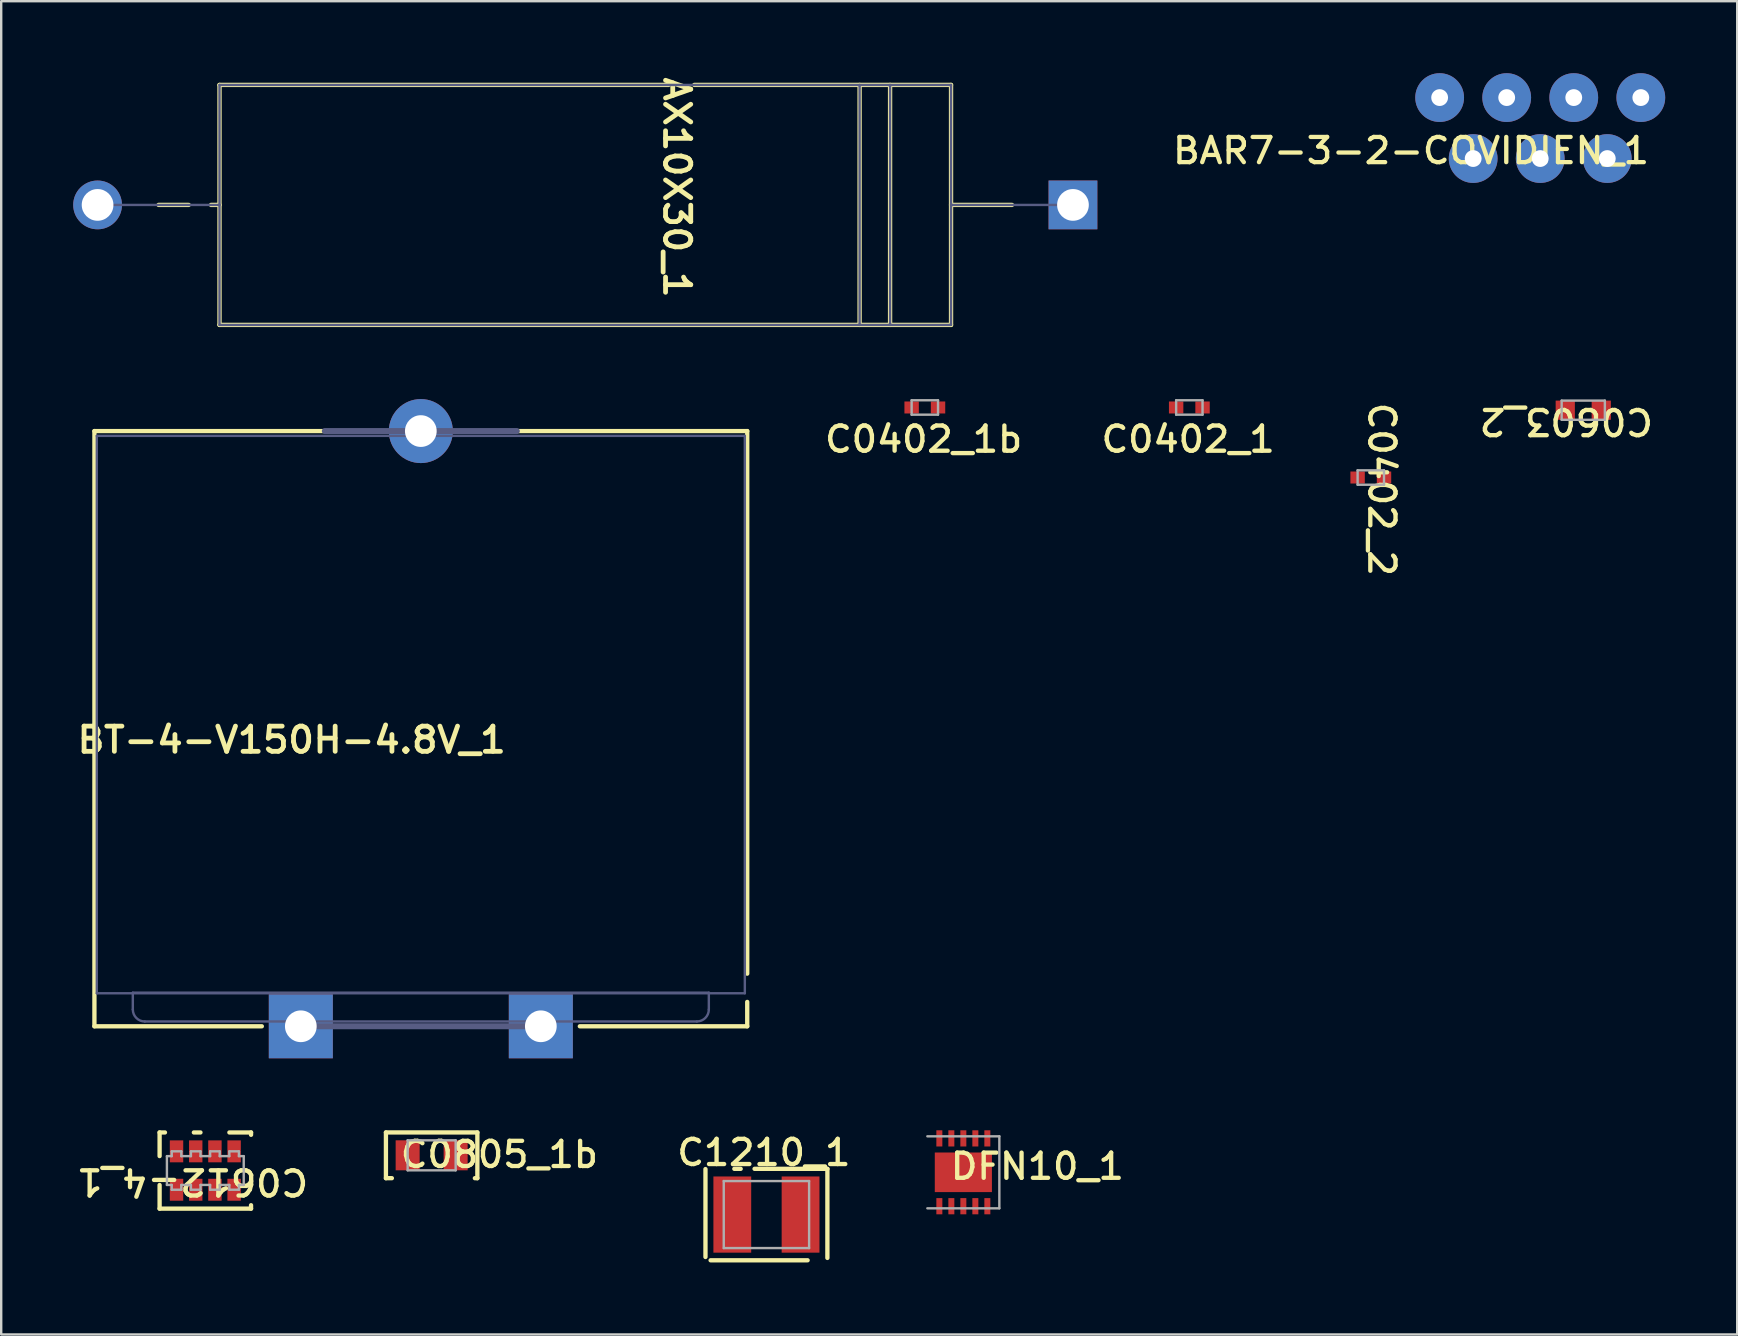
<source format=kicad_pcb>
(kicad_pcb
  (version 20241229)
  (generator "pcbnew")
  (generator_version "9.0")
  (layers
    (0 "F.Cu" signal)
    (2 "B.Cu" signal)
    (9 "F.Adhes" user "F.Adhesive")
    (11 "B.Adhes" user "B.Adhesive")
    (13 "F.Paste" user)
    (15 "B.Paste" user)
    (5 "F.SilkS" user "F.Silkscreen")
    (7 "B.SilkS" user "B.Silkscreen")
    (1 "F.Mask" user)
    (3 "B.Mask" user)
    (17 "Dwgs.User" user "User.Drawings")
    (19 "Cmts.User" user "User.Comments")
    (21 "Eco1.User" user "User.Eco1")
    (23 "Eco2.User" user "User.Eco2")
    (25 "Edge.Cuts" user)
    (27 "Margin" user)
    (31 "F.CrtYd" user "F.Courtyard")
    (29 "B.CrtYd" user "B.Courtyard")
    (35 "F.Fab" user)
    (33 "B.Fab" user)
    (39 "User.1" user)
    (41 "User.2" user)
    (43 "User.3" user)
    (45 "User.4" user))
  (footprint "C0603_2"
    (layer "F.Cu")
    (at 62.918 14.041)
    (property "Reference" "C0603_2" (at -0.706 0.467 180) (unlocked yes) (layer "F.SilkS") (effects (font (size 1.05 1.104) (thickness 0.18))))
    (attr smd)
    (fp_line (start -0.9 -0.4) (end 0.9 -0.4) (stroke (width 0.1) (type solid)) (layer "F.Fab"))
    (fp_line (start -0.9 0.4) (end -0.9 -0.4) (stroke (width 0.1) (type solid)) (layer "F.Fab"))
    (fp_line (start -0.9 0.4) (end 0.9 0.4) (stroke (width 0.1) (type solid)) (layer "F.Fab"))
    (fp_line (start 0.9 0.4) (end 0.9 -0.4) (stroke (width 0.1) (type solid)) (layer "F.Fab"))
    (pad "1" smd rect (at -0.75 0) (size 0.8 0.8) (layers "F.Cu" "F.Mask" "F.Paste"))
    (pad "2" smd rect (at 0.75 0) (size 0.8 0.8) (layers "F.Cu" "F.Mask" "F.Paste")))
  (footprint "C1210_1"
    (layer "F.Cu")
    (at 28.884 47.556)
    (property "Reference" "C1210_1" (at -0.106 -2.582 0) (unlocked yes) (layer "F.SilkS") (effects (font (size 1.05 1.104) (thickness 0.18))))
    (attr smd)
    (fp_line (start -2.54 1.767) (end -2.54 -1.895) (stroke (width 0.18) (type solid)) (layer "F.SilkS"))
    (fp_line (start -2.326 1.905) (end 1.716 1.905) (stroke (width 0.18) (type solid)) (layer "F.SilkS"))
    (fp_line (start -1.337 -1.905) (end -1.073 -1.905) (stroke (width 0.18) (type solid)) (layer "F.SilkS"))
    (fp_line (start -0.494 -1.905) (end 2.54 -1.905) (stroke (width 0.18) (type solid)) (layer "F.SilkS"))
    (fp_line (start 2.54 1.806) (end 2.54 -1.905) (stroke (width 0.18) (type solid)) (layer "F.SilkS"))
    (fp_line (start -1.778 -1.397) (end 1.778 -1.397) (stroke (width 0.1) (type solid)) (layer "F.Fab"))
    (fp_line (start -1.778 1.397) (end -1.778 -1.397) (stroke (width 0.1) (type solid)) (layer "F.Fab"))
    (fp_line (start -1.778 1.397) (end 1.778 1.397) (stroke (width 0.1) (type solid)) (layer "F.Fab"))
    (fp_line (start 1.778 1.397) (end 1.778 -1.397) (stroke (width 0.1) (type solid)) (layer "F.Fab"))
    (pad "1" smd rect (at -1.422 0) (size 1.575 3.175) (layers "F.Cu" "F.Mask" "F.Paste"))
    (pad "2" smd rect (at 1.422 0) (size 1.575 3.175) (layers "F.Cu" "F.Mask" "F.Paste")))
  (footprint "DFN10_1"
    (layer "F.Cu")
    (at 37.089 45.795)
    (property "Reference" "DFN10_1" (at 3.082 -0.247 0) (unlocked yes) (layer "F.SilkS") (effects (font (size 1.05 1.104) (thickness 0.18))))
    (attr smd)
    (fp_line (start -1.5 -1.5) (end 1.5 -1.5) (stroke (width 0.1) (type solid)) (layer "F.Fab"))
    (fp_line (start -1.5 1.5) (end 1.5 1.5) (stroke (width 0.1) (type solid)) (layer "F.Fab"))
    (fp_line (start 1.5 1.5) (end 1.5 -1.5) (stroke (width 0.1) (type solid)) (layer "F.Fab"))
    (pad "1" smd rect (at -1 1.413) (size 0.25 0.675) (layers "F.Cu" "F.Mask" "F.Paste"))
    (pad "2" smd rect (at -0.5 1.413) (size 0.25 0.675) (layers "F.Cu" "F.Mask" "F.Paste"))
    (pad "3" smd rect (at 0 1.413) (size 0.25 0.675) (layers "F.Cu" "F.Mask" "F.Paste"))
    (pad "4" smd rect (at 0.5 1.413) (size 0.25 0.675) (layers "F.Cu" "F.Mask" "F.Paste"))
    (pad "5" smd rect (at 1 1.413) (size 0.25 0.675) (layers "F.Cu" "F.Mask" "F.Paste"))
    (pad "6" smd rect (at 1 -1.413) (size 0.25 0.675) (layers "F.Cu" "F.Mask" "F.Paste"))
    (pad "7" smd rect (at 0.5 -1.413) (size 0.25 0.675) (layers "F.Cu" "F.Mask" "F.Paste"))
    (pad "8" smd rect (at 0 -1.413) (size 0.25 0.675) (layers "F.Cu" "F.Mask" "F.Paste"))
    (pad "9" smd rect (at -0.5 -1.413) (size 0.25 0.675) (layers "F.Cu" "F.Mask" "F.Paste"))
    (pad "10" smd rect (at -1 -1.413) (size 0.25 0.675) (layers "F.Cu" "F.Mask" "F.Paste"))
    (pad "11" smd rect (at 0 0 90) (size 1.65 2.38) (layers "F.Cu" "F.Mask" "F.Paste")))
  (footprint "BT-4-V150H-4.8V_1"
    (layer "F.Cu")
    (at 14.484 27.311)
    (property "Reference" "BT-4-V150H-4.8V_1" (at -5.383 0.468 0) (unlocked yes) (layer "F.SilkS") (effects (font (size 1.05 1.104) (thickness 0.2))))
    (attr smd)
    (fp_line (start -13.6 -12.4) (end -13.6 12.4) (stroke (width 0.18) (type solid)) (layer "F.SilkS"))
    (fp_line (start -6.625 12.4) (end -13.6 12.4) (stroke (width 0.18) (type solid)) (layer "F.SilkS"))
    (fp_line (start -1.625 -12.4) (end -13.6 -12.4) (stroke (width 0.18) (type solid)) (layer "F.SilkS"))
    (fp_line (start 3.375 12.4) (end -3.375 12.4) (stroke (width 0.18) (type solid)) (layer "F.SilkS"))
    (fp_line (start 13.6 -12.4) (end 1.625 -12.4) (stroke (width 0.18) (type solid)) (layer "F.SilkS"))
    (fp_line (start 13.6 -12.4) (end 13.6 10.207) (stroke (width 0.18) (type solid)) (layer "F.SilkS"))
    (fp_line (start 13.6 11.385) (end 13.6 12.4) (stroke (width 0.18) (type solid)) (layer "F.SilkS"))
    (fp_line (start 13.6 12.4) (end 6.625 12.4) (stroke (width 0.18) (type solid)) (layer "F.SilkS"))
    (fp_line (start -13.5 -12.2) (end -13.5 11.025) (stroke (width 0.1) (type solid)) (layer "B.Fab"))
    (fp_line (start -12 11) (end -12 11.7) (stroke (width 0.1) (type solid)) (layer "B.Fab"))
    (fp_line (start 4 -12.4) (end -4 -12.4) (stroke (width 0.25) (type solid)) (layer "B.Fab"))
    (fp_line (start 5.5 12.4) (end -5.5 12.4) (stroke (width 0.25) (type solid)) (layer "B.Fab"))
    (fp_line (start 11.5 12.2) (end -11.5 12.2) (stroke (width 0.1) (type solid)) (layer "B.Fab"))
    (fp_line (start 12 11) (end -12 11) (stroke (width 0.1) (type solid)) (layer "B.Fab"))
    (fp_line (start 12 11) (end 12 11.7) (stroke (width 0.1) (type solid)) (layer "B.Fab"))
    (fp_line (start 13.5 -12.2) (end -13.5 -12.2) (stroke (width 0.1) (type solid)) (layer "B.Fab"))
    (fp_line (start 13.5 -12.2) (end 13.5 11.025) (stroke (width 0.1) (type solid)) (layer "B.Fab"))
    (fp_line (start 13.5 11.025) (end -13.5 11.025) (stroke (width 0.1) (type solid)) (layer "B.Fab"))
    (fp_arc (start -11.5 12.2) (mid -11.853553 12.053553) (end -12 11.7) (stroke (width 0.1) (type solid)) (layer "B.Fab"))
    (fp_arc (start 12 11.7) (mid 11.853553 12.053553) (end 11.5 12.2) (stroke (width 0.1) (type solid)) (layer "B.Fab"))
    (pad "+" thru_hole rect (at 5 12.4 180) (size 2.667 2.667) (drill 1.321) (layers "*.Cu" "*.Mask"))
    (pad "-" thru_hole circle (at 0 -12.4 180) (size 2.667 2.667) (drill 1.321) (layers "*.Cu" "*.Mask"))
    (pad "3" thru_hole rect (at -5 12.4 180) (size 2.667 2.667) (drill 1.321) (layers "*.Cu" "*.Mask")))
  (footprint "AX10X30_1"
    (layer "F.Cu")
    (at 41.656 5.488)
    (property "Reference" "AX10X30_1" (at -16.5 -0.724 270) (unlocked yes) (layer "F.SilkS") (effects (font (size 1.05 1.104) (thickness 0.2))))
    (attr smd)
    (fp_line (start -36.843 0) (end -38.1 0) (stroke (width 0.18) (type solid)) (layer "F.SilkS"))
    (fp_line (start -35.56 -5) (end -35.56 5) (stroke (width 0.18) (type solid)) (layer "F.SilkS"))
    (fp_line (start -35.56 0) (end -35.914 0) (stroke (width 0.18) (type solid)) (layer "F.SilkS"))
    (fp_line (start -16.848 -5) (end -35.56 -5) (stroke (width 0.18) (type solid)) (layer "F.SilkS"))
    (fp_line (start -8.89 -5) (end -8.89 5) (stroke (width 0.18) (type solid)) (layer "F.SilkS"))
    (fp_line (start -7.62 -5) (end -7.62 5) (stroke (width 0.18) (type solid)) (layer "F.SilkS"))
    (fp_line (start -5.08 -5) (end -15.778 -5) (stroke (width 0.18) (type solid)) (layer "F.SilkS"))
    (fp_line (start -5.08 -5) (end -5.08 5) (stroke (width 0.18) (type solid)) (layer "F.SilkS"))
    (fp_line (start -5.08 5) (end -35.56 5) (stroke (width 0.18) (type solid)) (layer "F.SilkS"))
    (fp_line (start -2.54 0) (end -5.08 0) (stroke (width 0.18) (type solid)) (layer "F.SilkS"))
    (fp_line (start -35.56 -5) (end -35.56 5) (stroke (width 0.1) (type solid)) (layer "B.Fab"))
    (fp_line (start -35.56 0) (end -40.64 0) (stroke (width 0.1) (type solid)) (layer "B.Fab"))
    (fp_line (start -8.89 -5) (end -8.89 5) (stroke (width 0.1) (type solid)) (layer "B.Fab"))
    (fp_line (start -7.62 -5) (end -7.62 5) (stroke (width 0.1) (type solid)) (layer "B.Fab"))
    (fp_line (start -5.08 -5) (end -35.56 -5) (stroke (width 0.1) (type solid)) (layer "B.Fab"))
    (fp_line (start -5.08 -5) (end -5.08 5) (stroke (width 0.1) (type solid)) (layer "B.Fab"))
    (fp_line (start -5.08 5) (end -35.56 5) (stroke (width 0.1) (type solid)) (layer "B.Fab"))
    (fp_line (start 0 0) (end -5.08 0) (stroke (width 0.1) (type solid)) (layer "B.Fab"))
    (pad "+" thru_hole rect (at 0 0 180) (size 2.032 2.032) (drill 1.321) (layers "*.Cu" "*.Mask"))
    (pad "-" thru_hole circle (at -40.64 0 180) (size 2.032 2.032) (drill 1.321) (layers "*.Cu" "*.Mask")))
  (footprint "C0805_1b"
    (layer "F.Cu")
    (at 14.935 45.087)
    (property "Reference" "C0805_1b" (at 2.822 -0.031 0) (unlocked yes) (layer "F.SilkS") (effects (font (size 1.05 1.104) (thickness 0.18))))
    (attr smd)
    (fp_line (start -1.905 -0.953) (end 1.905 -0.953) (stroke (width 0.18) (type solid)) (layer "F.SilkS"))
    (fp_line (start -1.905 0.953) (end -1.905 -0.953) (stroke (width 0.18) (type solid)) (layer "F.SilkS"))
    (fp_line (start -1.905 0.953) (end -1.658 0.953) (stroke (width 0.18) (type solid)) (layer "F.SilkS"))
    (fp_line (start 1.801 0.953) (end 1.905 0.953) (stroke (width 0.18) (type solid)) (layer "F.SilkS"))
    (fp_line (start 1.905 0.953) (end 1.905 -0.953) (stroke (width 0.18) (type solid)) (layer "F.SilkS"))
    (fp_line (start -1 -0.625) (end 1 -0.625) (stroke (width 0.1) (type solid)) (layer "F.Fab"))
    (fp_line (start -1 0.625) (end -1 -0.625) (stroke (width 0.1) (type solid)) (layer "F.Fab"))
    (fp_line (start -1 0.625) (end 1 0.625) (stroke (width 0.1) (type solid)) (layer "F.Fab"))
    (fp_line (start 1 0.625) (end 1 -0.625) (stroke (width 0.1) (type solid)) (layer "F.Fab"))
    (pad "1" smd rect (at -1 0) (size 1 1.25) (layers "F.Cu" "F.Mask" "F.Paste"))
    (pad "2" smd rect (at 1 0) (size 1 1.25) (layers "F.Cu" "F.Mask" "F.Paste")))
  (footprint "BAR7-3-2-COVIDIEN_1"
    (layer "F.Cu")
    (at 56.934 1.016)
    (property "Reference" "BAR7-3-2-COVIDIEN_1" (at -1.193 2.213 0) (unlocked yes) (layer "F.SilkS") (effects (font (size 1.05 1.104) (thickness 0.18))))
    (attr smd)
    (pad "1" thru_hole circle (at 0 0) (size 2.032 2.032) (drill 0.7) (layers "*.Cu" "*.Mask"))
    (pad "2" thru_hole circle (at 1.397 2.54) (size 2.032 2.032) (drill 0.7) (layers "*.Cu" "*.Mask"))
    (pad "3" thru_hole circle (at 2.794 0) (size 2.032 2.032) (drill 0.7) (layers "*.Cu" "*.Mask"))
    (pad "4" thru_hole circle (at 4.191 2.54) (size 2.032 2.032) (drill 0.7) (layers "*.Cu" "*.Mask"))
    (pad "5" thru_hole circle (at 5.588 0) (size 2.032 2.032) (drill 0.7) (layers "*.Cu" "*.Mask"))
    (pad "6" thru_hole circle (at 6.985 2.54) (size 2.032 2.032) (drill 0.7) (layers "*.Cu" "*.Mask"))
    (pad "7" thru_hole circle (at 8.382 0) (size 2.032 2.032) (drill 0.7) (layers "*.Cu" "*.Mask")))
  (footprint "C0402_1b"
    (layer "F.Cu")
    (at 35.484 13.928)
    (property "Reference" "C0402_1b" (at -0.05 1.324 0) (unlocked yes) (layer "F.SilkS") (effects (font (size 1.05 1.104) (thickness 0.18))))
    (attr smd)
    (fp_line (start -0.55 -0.3) (end 0.55 -0.3) (stroke (width 0.1) (type solid)) (layer "F.Fab"))
    (fp_line (start -0.55 0.3) (end -0.55 -0.3) (stroke (width 0.1) (type solid)) (layer "F.Fab"))
    (fp_line (start -0.55 0.3) (end 0.55 0.3) (stroke (width 0.1) (type solid)) (layer "F.Fab"))
    (fp_line (start 0.55 0.3) (end 0.55 -0.3) (stroke (width 0.1) (type solid)) (layer "F.Fab"))
    (pad "1" smd rect (at -0.55 0 270) (size 0.5 0.6) (layers "F.Cu" "F.Mask" "F.Paste"))
    (pad "2" smd rect (at 0.55 0 270) (size 0.5 0.6) (layers "F.Cu" "F.Mask" "F.Paste")))
  (footprint "C0612-4_1"
    (layer "F.Cu")
    (at 5.505 45.722)
    (property "Reference" "C0612-4_1" (at -0.535 0.467 180) (unlocked yes) (layer "F.SilkS") (effects (font (size 1.05 1.104) (thickness 0.18))))
    (attr smd)
    (fp_line (start -1.905 -1.587) (end -1.682 -1.587) (stroke (width 0.18) (type solid)) (layer "F.SilkS"))
    (fp_line (start -1.905 -0.603) (end -1.905 -1.587) (stroke (width 0.18) (type solid)) (layer "F.SilkS"))
    (fp_line (start -1.905 1.587) (end -1.905 0.603) (stroke (width 0.18) (type solid)) (layer "F.SilkS"))
    (fp_line (start -1.905 1.587) (end 1.905 1.587) (stroke (width 0.18) (type solid)) (layer "F.SilkS"))
    (fp_line (start -0.477 -1.587) (end -0.203 -1.587) (stroke (width 0.18) (type solid)) (layer "F.SilkS"))
    (fp_line (start 1.003 -1.587) (end 1.905 -1.587) (stroke (width 0.18) (type solid)) (layer "F.SilkS"))
    (fp_line (start 1.905 -1.489) (end 1.905 -1.587) (stroke (width 0.18) (type solid)) (layer "F.SilkS"))
    (fp_line (start 1.905 1.587) (end 1.905 1.445) (stroke (width 0.18) (type solid)) (layer "F.SilkS"))
    (fp_line (start -1.6 -0.6) (end -1.4 -0.6) (stroke (width 0.1) (type solid)) (layer "F.Fab"))
    (fp_line (start -1.6 0.6) (end -1.6 -0.6) (stroke (width 0.1) (type solid)) (layer "F.Fab"))
    (fp_line (start -1.6 0.6) (end -1.4 0.6) (stroke (width 0.1) (type solid)) (layer "F.Fab"))
    (fp_line (start -1.4 -0.8) (end -1 -0.8) (stroke (width 0.1) (type solid)) (layer "F.Fab"))
    (fp_line (start -1.4 -0.6) (end -1.4 -0.8) (stroke (width 0.1) (type solid)) (layer "F.Fab"))
    (fp_line (start -1.4 0.8) (end -1.4 0.6) (stroke (width 0.1) (type solid)) (layer "F.Fab"))
    (fp_line (start -1.4 0.8) (end -1 0.8) (stroke (width 0.1) (type solid)) (layer "F.Fab"))
    (fp_line (start -1 -0.6) (end -1 -0.8) (stroke (width 0.1) (type solid)) (layer "F.Fab"))
    (fp_line (start -1 -0.6) (end -0.6 -0.6) (stroke (width 0.1) (type solid)) (layer "F.Fab"))
    (fp_line (start -1 0.6) (end -0.6 0.6) (stroke (width 0.1) (type solid)) (layer "F.Fab"))
    (fp_line (start -1 0.8) (end -1 0.6) (stroke (width 0.1) (type solid)) (layer "F.Fab"))
    (fp_line (start -0.6 -0.8) (end -0.2 -0.8) (stroke (width 0.1) (type solid)) (layer "F.Fab"))
    (fp_line (start -0.6 -0.6) (end -0.6 -0.8) (stroke (width 0.1) (type solid)) (layer "F.Fab"))
    (fp_line (start -0.6 0.8) (end -0.6 0.6) (stroke (width 0.1) (type solid)) (layer "F.Fab"))
    (fp_line (start -0.6 0.8) (end -0.2 0.8) (stroke (width 0.1) (type solid)) (layer "F.Fab"))
    (fp_line (start -0.2 -0.6) (end -0.2 -0.8) (stroke (width 0.1) (type solid)) (layer "F.Fab"))
    (fp_line (start -0.2 -0.6) (end 0.2 -0.6) (stroke (width 0.1) (type solid)) (layer "F.Fab"))
    (fp_line (start -0.2 0.6) (end 0.2 0.6) (stroke (width 0.1) (type solid)) (layer "F.Fab"))
    (fp_line (start -0.2 0.8) (end -0.2 0.6) (stroke (width 0.1) (type solid)) (layer "F.Fab"))
    (fp_line (start 0.2 -0.8) (end 0.6 -0.8) (stroke (width 0.1) (type solid)) (layer "F.Fab"))
    (fp_line (start 0.2 -0.6) (end 0.2 -0.8) (stroke (width 0.1) (type solid)) (layer "F.Fab"))
    (fp_line (start 0.2 0.8) (end 0.2 0.6) (stroke (width 0.1) (type solid)) (layer "F.Fab"))
    (fp_line (start 0.2 0.8) (end 0.6 0.8) (stroke (width 0.1) (type solid)) (layer "F.Fab"))
    (fp_line (start 0.6 -0.6) (end 0.6 -0.8) (stroke (width 0.1) (type solid)) (layer "F.Fab"))
    (fp_line (start 0.6 -0.6) (end 1 -0.6) (stroke (width 0.1) (type solid)) (layer "F.Fab"))
    (fp_line (start 0.6 0.6) (end 1 0.6) (stroke (width 0.1) (type solid)) (layer "F.Fab"))
    (fp_line (start 0.6 0.8) (end 0.6 0.6) (stroke (width 0.1) (type solid)) (layer "F.Fab"))
    (fp_line (start 1 -0.8) (end 1.4 -0.8) (stroke (width 0.1) (type solid)) (layer "F.Fab"))
    (fp_line (start 1 -0.6) (end 1 -0.8) (stroke (width 0.1) (type solid)) (layer "F.Fab"))
    (fp_line (start 1 0.8) (end 1 0.6) (stroke (width 0.1) (type solid)) (layer "F.Fab"))
    (fp_line (start 1 0.8) (end 1.4 0.8) (stroke (width 0.1) (type solid)) (layer "F.Fab"))
    (fp_line (start 1.4 -0.6) (end 1.4 -0.8) (stroke (width 0.1) (type solid)) (layer "F.Fab"))
    (fp_line (start 1.4 -0.6) (end 1.6 -0.6) (stroke (width 0.1) (type solid)) (layer "F.Fab"))
    (fp_line (start 1.4 0.6) (end 1.6 0.6) (stroke (width 0.1) (type solid)) (layer "F.Fab"))
    (fp_line (start 1.4 0.8) (end 1.4 0.6) (stroke (width 0.1) (type solid)) (layer "F.Fab"))
    (fp_line (start 1.6 0.6) (end 1.6 -0.6) (stroke (width 0.1) (type solid)) (layer "F.Fab"))
    (pad "1" smd rect (at -1.2 0.8) (size 0.559 0.914) (layers "F.Cu" "F.Mask" "F.Paste"))
    (pad "2" smd rect (at -0.4 0.8) (size 0.559 0.914) (layers "F.Cu" "F.Mask" "F.Paste"))
    (pad "3" smd rect (at 0.4 0.8) (size 0.559 0.914) (layers "F.Cu" "F.Mask" "F.Paste"))
    (pad "4" smd rect (at 1.2 0.8) (size 0.559 0.914) (layers "F.Cu" "F.Mask" "F.Paste"))
    (pad "5" smd rect (at 1.2 -0.8) (size 0.559 0.914) (layers "F.Cu" "F.Mask" "F.Paste"))
    (pad "6" smd rect (at 0.4 -0.8) (size 0.559 0.914) (layers "F.Cu" "F.Mask" "F.Paste"))
    (pad "7" smd rect (at -0.4 -0.8) (size 0.559 0.914) (layers "F.Cu" "F.Mask" "F.Paste"))
    (pad "8" smd rect (at -1.2 -0.8) (size 0.559 0.914) (layers "F.Cu" "F.Mask" "F.Paste")))
  (footprint "C0402_2"
    (layer "F.Cu")
    (at 54.066 16.846)
    (property "Reference" "C0402_2" (at 0.456 0.492 270) (unlocked yes) (layer "F.SilkS") (effects (font (size 1.05 1.104) (thickness 0.18))))
    (attr smd)
    (fp_line (start -0.55 -0.3) (end 0.55 -0.3) (stroke (width 0.1) (type solid)) (layer "F.Fab"))
    (fp_line (start -0.55 0.3) (end -0.55 -0.3) (stroke (width 0.1) (type solid)) (layer "F.Fab"))
    (fp_line (start -0.55 0.3) (end 0.55 0.3) (stroke (width 0.1) (type solid)) (layer "F.Fab"))
    (fp_line (start 0.55 0.3) (end 0.55 -0.3) (stroke (width 0.1) (type solid)) (layer "F.Fab"))
    (pad "1" smd rect (at -0.55 0 270) (size 0.5 0.6) (layers "F.Cu" "F.Mask" "F.Paste"))
    (pad "2" smd rect (at 0.55 0 270) (size 0.5 0.6) (layers "F.Cu" "F.Mask" "F.Paste")))
  (footprint "C0402_1"
    (layer "F.Cu")
    (at 46.505 13.928)
    (property "Reference" "C0402_1" (at -0.05 1.324 0) (unlocked yes) (layer "F.SilkS") (effects (font (size 1.05 1.104) (thickness 0.18))))
    (attr smd)
    (fp_line (start -0.55 -0.3) (end 0.55 -0.3) (stroke (width 0.1) (type solid)) (layer "F.Fab"))
    (fp_line (start -0.55 0.3) (end -0.55 -0.3) (stroke (width 0.1) (type solid)) (layer "F.Fab"))
    (fp_line (start -0.55 0.3) (end 0.55 0.3) (stroke (width 0.1) (type solid)) (layer "F.Fab"))
    (fp_line (start 0.55 0.3) (end 0.55 -0.3) (stroke (width 0.1) (type solid)) (layer "F.Fab"))
    (pad "1" smd rect (at -0.55 0 270) (size 0.5 0.6) (layers "F.Cu" "F.Mask" "F.Paste"))
    (pad "2" smd rect (at 0.55 0 270) (size 0.5 0.6) (layers "F.Cu" "F.Mask" "F.Paste")))
  (gr_rect
    (start -3 -3)
    (end 69.332 52.551)
    (stroke (width 0.1) (type default))
    (fill no)
    (layer "Edge.Cuts")))
</source>
